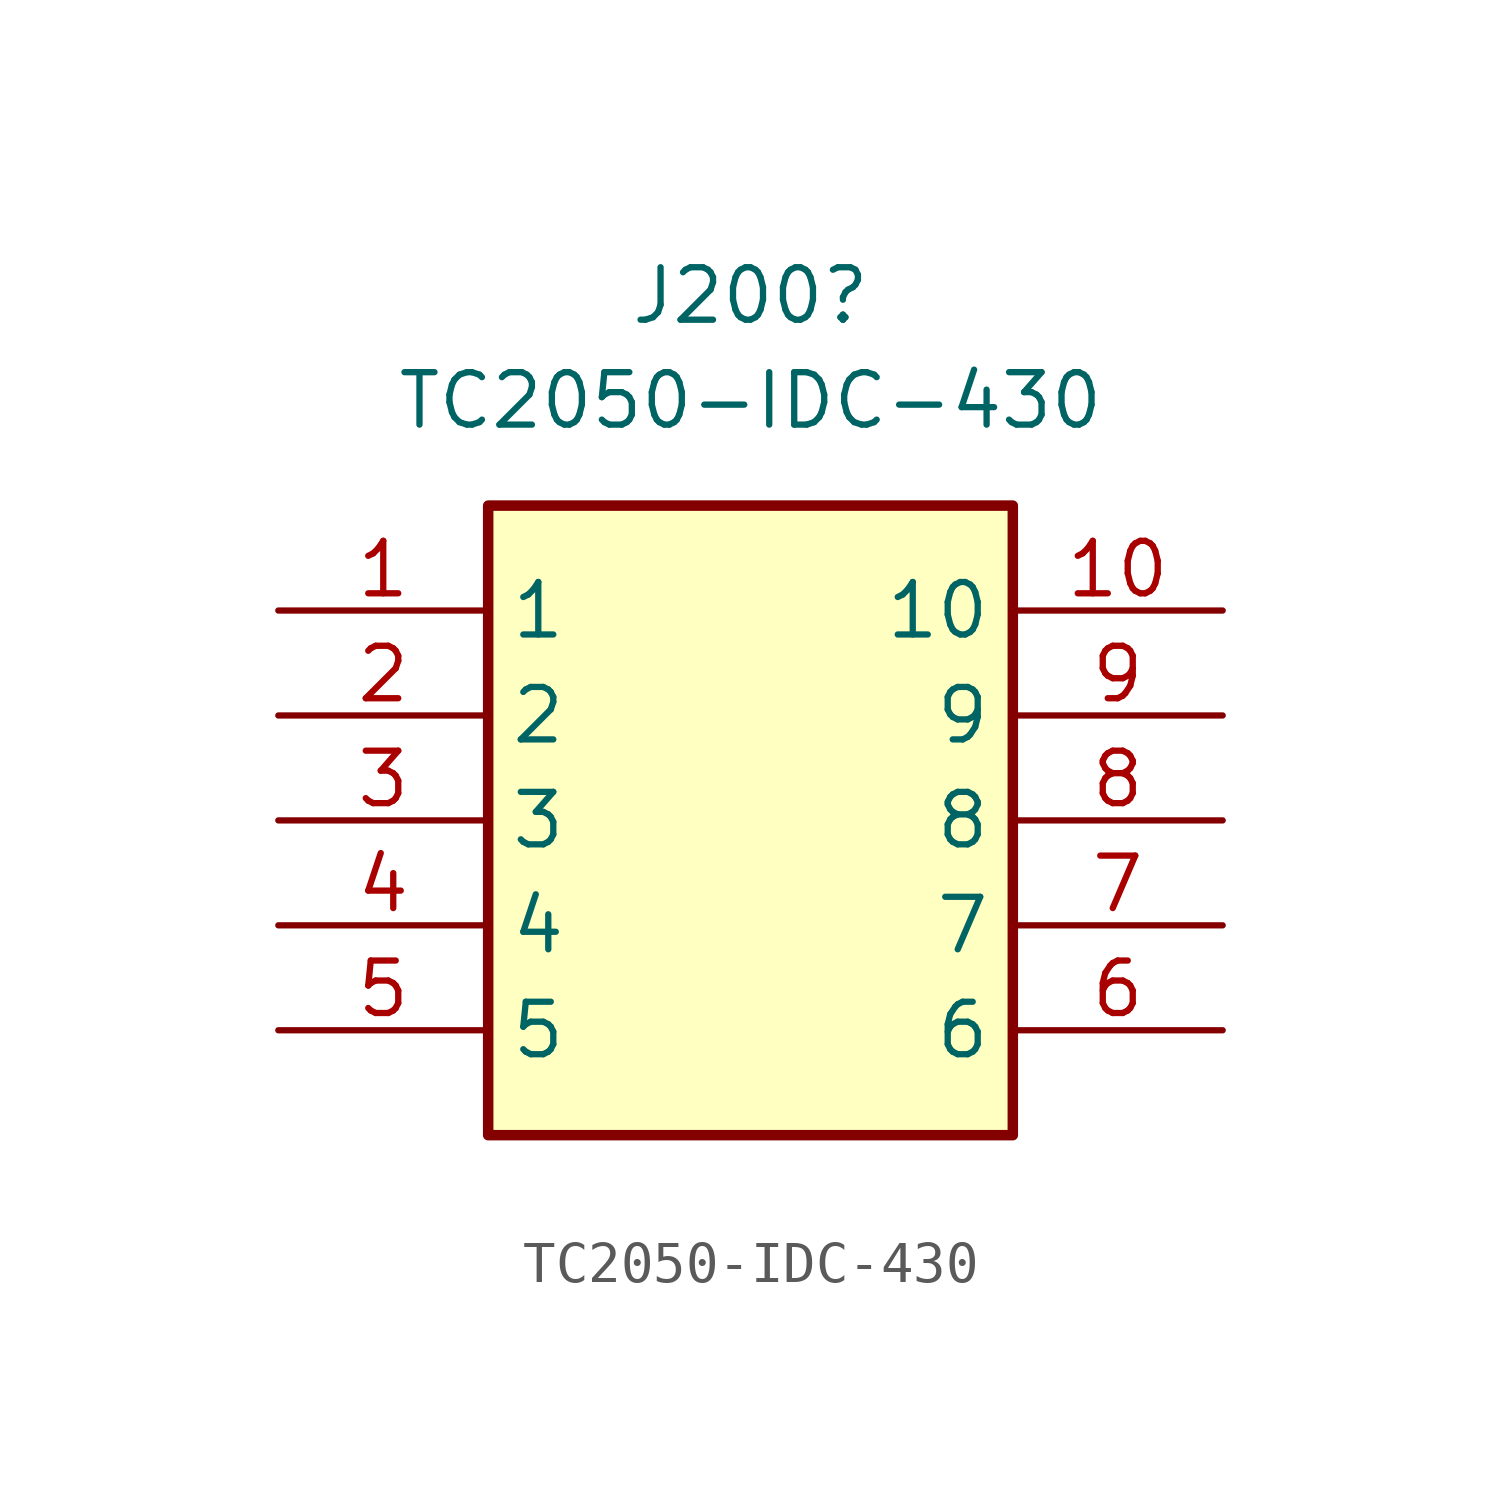
<source format=kicad_sym>
(kicad_symbol_lib
  (version 20241209)
  (generator "kicad_symbol_editor")
  (generator_version "9.0")
  (symbol "TC2050-IDC-430"
    (property "Reference" "J200"
      (at 11.43 7.62 0)
      (effects (font (size 1.27 1.27))))
    (property "Value" "TC2050-IDC-430"
      (at 11.43 5.08 0)
      (effects (font (size 1.27 1.27))))
    (symbol "TC2050-IDC-430_1_1"
      (rectangle (start 5.08 2.54) (end 17.78 -12.7) (stroke (width 0.254) (type default)) (fill (type background)))
      (pin passive line (at 0 0 0) (length 5.08) (name "1" (effects (font (size 1.27 1.27)))) (number "1" (effects (font (size 1.27 1.27)))))
      (pin passive line (at 0 -2.54 0) (length 5.08) (name "2" (effects (font (size 1.27 1.27)))) (number "2" (effects (font (size 1.27 1.27)))))
      (pin passive line (at 0 -5.08 0) (length 5.08) (name "3" (effects (font (size 1.27 1.27)))) (number "3" (effects (font (size 1.27 1.27)))))
      (pin passive line (at 0 -7.62 0) (length 5.08) (name "4" (effects (font (size 1.27 1.27)))) (number "4" (effects (font (size 1.27 1.27)))))
      (pin passive line (at 0 -10.16 0) (length 5.08) (name "5" (effects (font (size 1.27 1.27)))) (number "5" (effects (font (size 1.27 1.27)))))
      (pin passive line (at 22.86 0 180) (length 5.08) (name "10" (effects (font (size 1.27 1.27)))) (number "10" (effects (font (size 1.27 1.27)))))
      (pin passive line (at 22.86 -2.54 180) (length 5.08) (name "9" (effects (font (size 1.27 1.27)))) (number "9" (effects (font (size 1.27 1.27)))))
      (pin passive line (at 22.86 -5.08 180) (length 5.08) (name "8" (effects (font (size 1.27 1.27)))) (number "8" (effects (font (size 1.27 1.27)))))
      (pin passive line (at 22.86 -7.62 180) (length 5.08) (name "7" (effects (font (size 1.27 1.27)))) (number "7" (effects (font (size 1.27 1.27)))))
      (pin passive line (at 22.86 -10.16 180) (length 5.08) (name "6" (effects (font (size 1.27 1.27)))) (number "6" (effects (font (size 1.27 1.27))))))))
</source>
